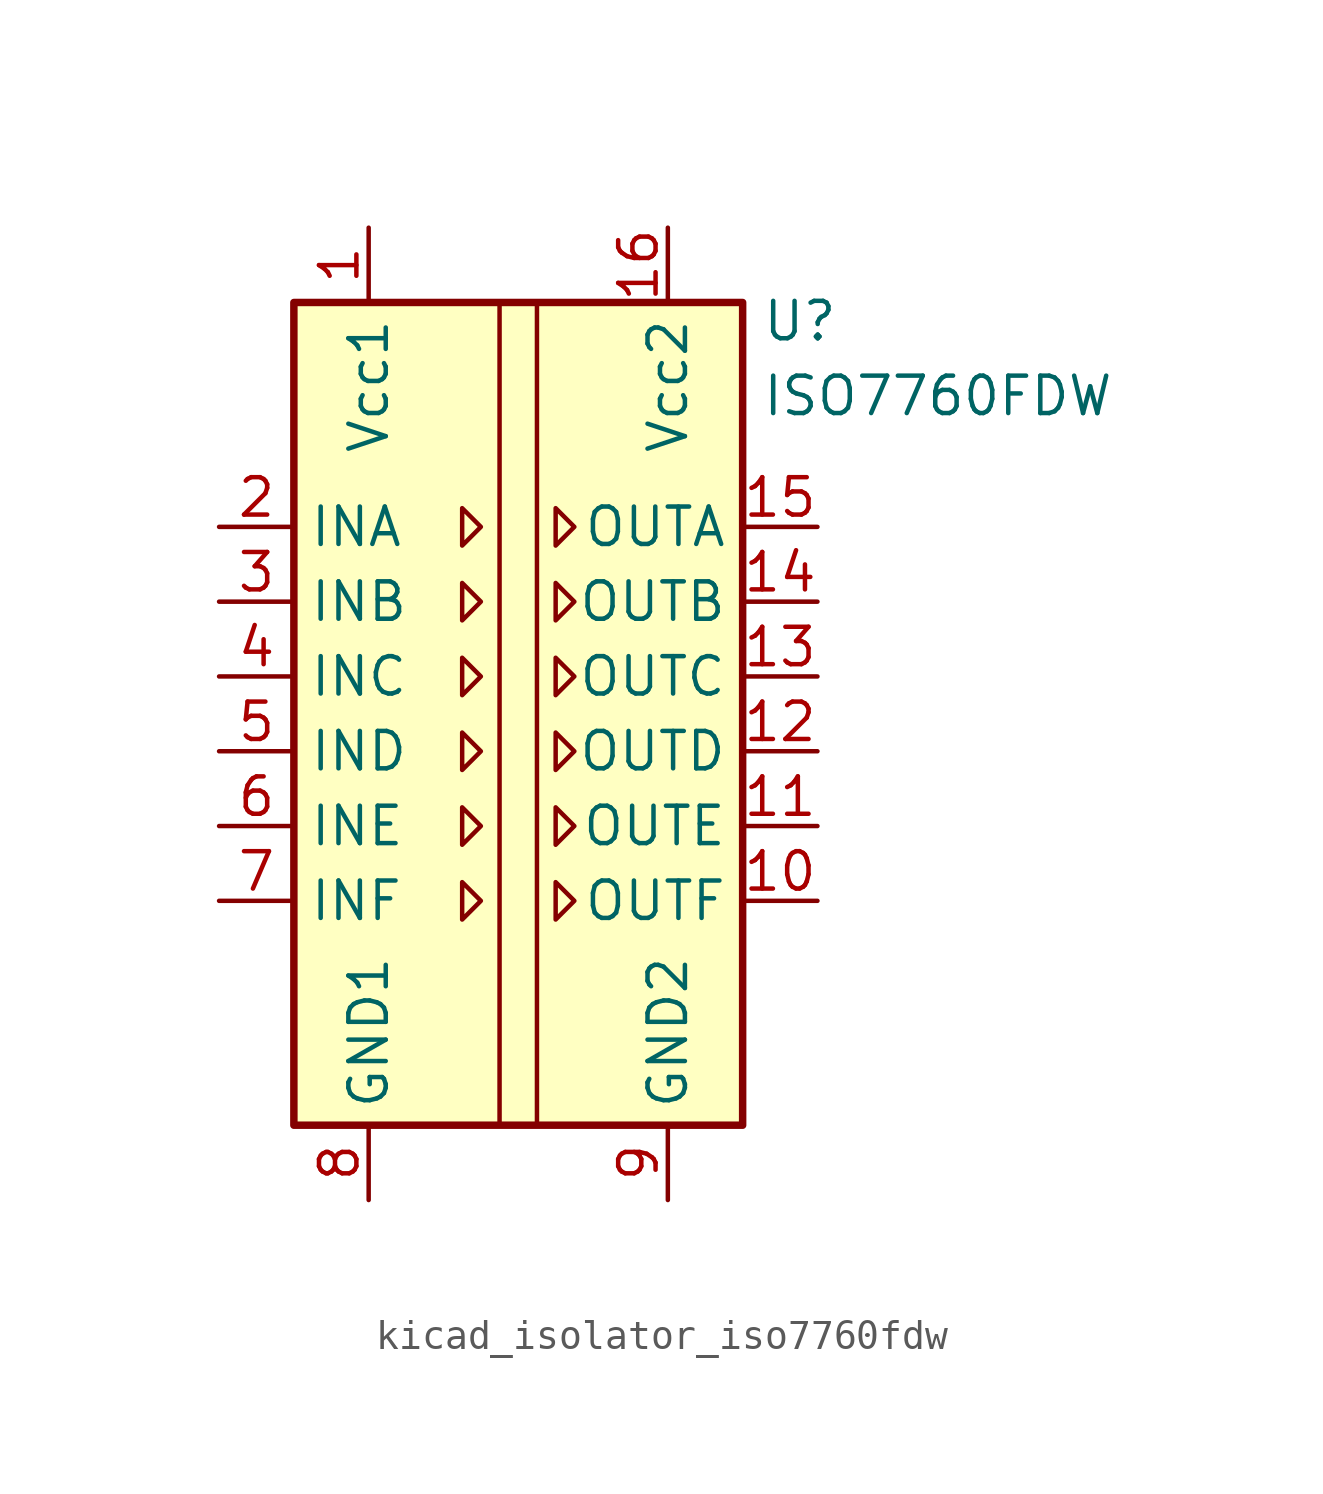
<source format=kicad_sym>
(kicad_symbol_lib
  (version 20220914)
  (generator kicad_symbol_editor)
  (symbol "kicad_isolator_iso7760fdw"
    (property "Reference" "U"
      (at 8.255 14.605 0)
      (effects (font (size 1.27 1.27)) (justify left)))
    (property "Value" "ISO7760FDW"
      (at 8.255 12.065 0)
      (effects (font (size 1.27 1.27)) (justify left)))
    (symbol "kicad_isolator_iso7760fdw_0_1"
      (rectangle (start -7.62 15.24) (end 7.62 -12.7) (stroke (width 0.254) (type default)) (fill (type background)))
      (polyline (pts (xy -0.635 15.24) (xy -0.635 -12.7)) (stroke (width 0) (type default)) (fill (type none)))
      (polyline (pts (xy 0.635 15.24) (xy 0.635 -12.7)) (stroke (width 0) (type default)) (fill (type none)))
      (polyline (pts (xy -1.905 8.255) (xy -1.27 7.62) (xy -1.905 6.985) (xy -1.905 8.255)) (stroke (width 0) (type default)) (fill (type none)))
      (polyline (pts (xy 1.27 8.255) (xy 1.905 7.62) (xy 1.27 6.985) (xy 1.27 8.255)) (stroke (width 0) (type default)) (fill (type none))))
    (symbol "kicad_isolator_iso7760fdw_1_1"
      (polyline (pts (xy -1.905 -4.445) (xy -1.27 -5.08) (xy -1.905 -5.715) (xy -1.905 -4.445)) (stroke (width 0) (type default)) (fill (type none)))
      (polyline (pts (xy -1.905 -1.905) (xy -1.27 -2.54) (xy -1.905 -3.175) (xy -1.905 -1.905)) (stroke (width 0) (type default)) (fill (type none)))
      (polyline (pts (xy -1.905 0.635) (xy -1.27 0) (xy -1.905 -0.635) (xy -1.905 0.635)) (stroke (width 0) (type default)) (fill (type none)))
      (polyline (pts (xy -1.905 3.175) (xy -1.27 2.54) (xy -1.905 1.905) (xy -1.905 3.175)) (stroke (width 0) (type default)) (fill (type none)))
      (polyline (pts (xy -1.905 5.715) (xy -1.27 5.08) (xy -1.905 4.445) (xy -1.905 5.715)) (stroke (width 0) (type default)) (fill (type none)))
      (polyline (pts (xy 1.27 -4.445) (xy 1.905 -5.08) (xy 1.27 -5.715) (xy 1.27 -4.445)) (stroke (width 0) (type default)) (fill (type none)))
      (polyline (pts (xy 1.27 -1.905) (xy 1.905 -2.54) (xy 1.27 -3.175) (xy 1.27 -1.905)) (stroke (width 0) (type default)) (fill (type none)))
      (polyline (pts (xy 1.27 0.635) (xy 1.905 0) (xy 1.27 -0.635) (xy 1.27 0.635)) (stroke (width 0) (type default)) (fill (type none)))
      (polyline (pts (xy 1.27 3.175) (xy 1.905 2.54) (xy 1.27 1.905) (xy 1.27 3.175)) (stroke (width 0) (type default)) (fill (type none)))
      (polyline (pts (xy 1.27 5.715) (xy 1.905 5.08) (xy 1.27 4.445) (xy 1.27 5.715)) (stroke (width 0) (type default)) (fill (type none)))
      (pin power_in line (at -5.08 17.78 270) (length 2.54) (name "Vcc1" (effects (font (size 1.27 1.27)))) (number "1" (effects (font (size 1.27 1.27)))))
      (pin output line (at 10.16 -5.08 180) (length 2.54) (name "OUTF" (effects (font (size 1.27 1.27)))) (number "10" (effects (font (size 1.27 1.27)))))
      (pin output line (at 10.16 -2.54 180) (length 2.54) (name "OUTE" (effects (font (size 1.27 1.27)))) (number "11" (effects (font (size 1.27 1.27)))))
      (pin output line (at 10.16 0 180) (length 2.54) (name "OUTD" (effects (font (size 1.27 1.27)))) (number "12" (effects (font (size 1.27 1.27)))))
      (pin output line (at 10.16 2.54 180) (length 2.54) (name "OUTC" (effects (font (size 1.27 1.27)))) (number "13" (effects (font (size 1.27 1.27)))))
      (pin output line (at 10.16 5.08 180) (length 2.54) (name "OUTB" (effects (font (size 1.27 1.27)))) (number "14" (effects (font (size 1.27 1.27)))))
      (pin output line (at 10.16 7.62 180) (length 2.54) (name "OUTA" (effects (font (size 1.27 1.27)))) (number "15" (effects (font (size 1.27 1.27)))))
      (pin power_in line (at 5.08 17.78 270) (length 2.54) (name "Vcc2" (effects (font (size 1.27 1.27)))) (number "16" (effects (font (size 1.27 1.27)))))
      (pin input line (at -10.16 7.62 0) (length 2.54) (name "INA" (effects (font (size 1.27 1.27)))) (number "2" (effects (font (size 1.27 1.27)))))
      (pin input line (at -10.16 5.08 0) (length 2.54) (name "INB" (effects (font (size 1.27 1.27)))) (number "3" (effects (font (size 1.27 1.27)))))
      (pin input line (at -10.16 2.54 0) (length 2.54) (name "INC" (effects (font (size 1.27 1.27)))) (number "4" (effects (font (size 1.27 1.27)))))
      (pin input line (at -10.16 0 0) (length 2.54) (name "IND" (effects (font (size 1.27 1.27)))) (number "5" (effects (font (size 1.27 1.27)))))
      (pin input line (at -10.16 -2.54 0) (length 2.54) (name "INE" (effects (font (size 1.27 1.27)))) (number "6" (effects (font (size 1.27 1.27)))))
      (pin input line (at -10.16 -5.08 0) (length 2.54) (name "INF" (effects (font (size 1.27 1.27)))) (number "7" (effects (font (size 1.27 1.27)))))
      (pin power_in line (at -5.08 -15.24 90) (length 2.54) (name "GND1" (effects (font (size 1.27 1.27)))) (number "8" (effects (font (size 1.27 1.27)))))
      (pin power_in line (at 5.08 -15.24 90) (length 2.54) (name "GND2" (effects (font (size 1.27 1.27)))) (number "9" (effects (font (size 1.27 1.27))))))))
</source>
